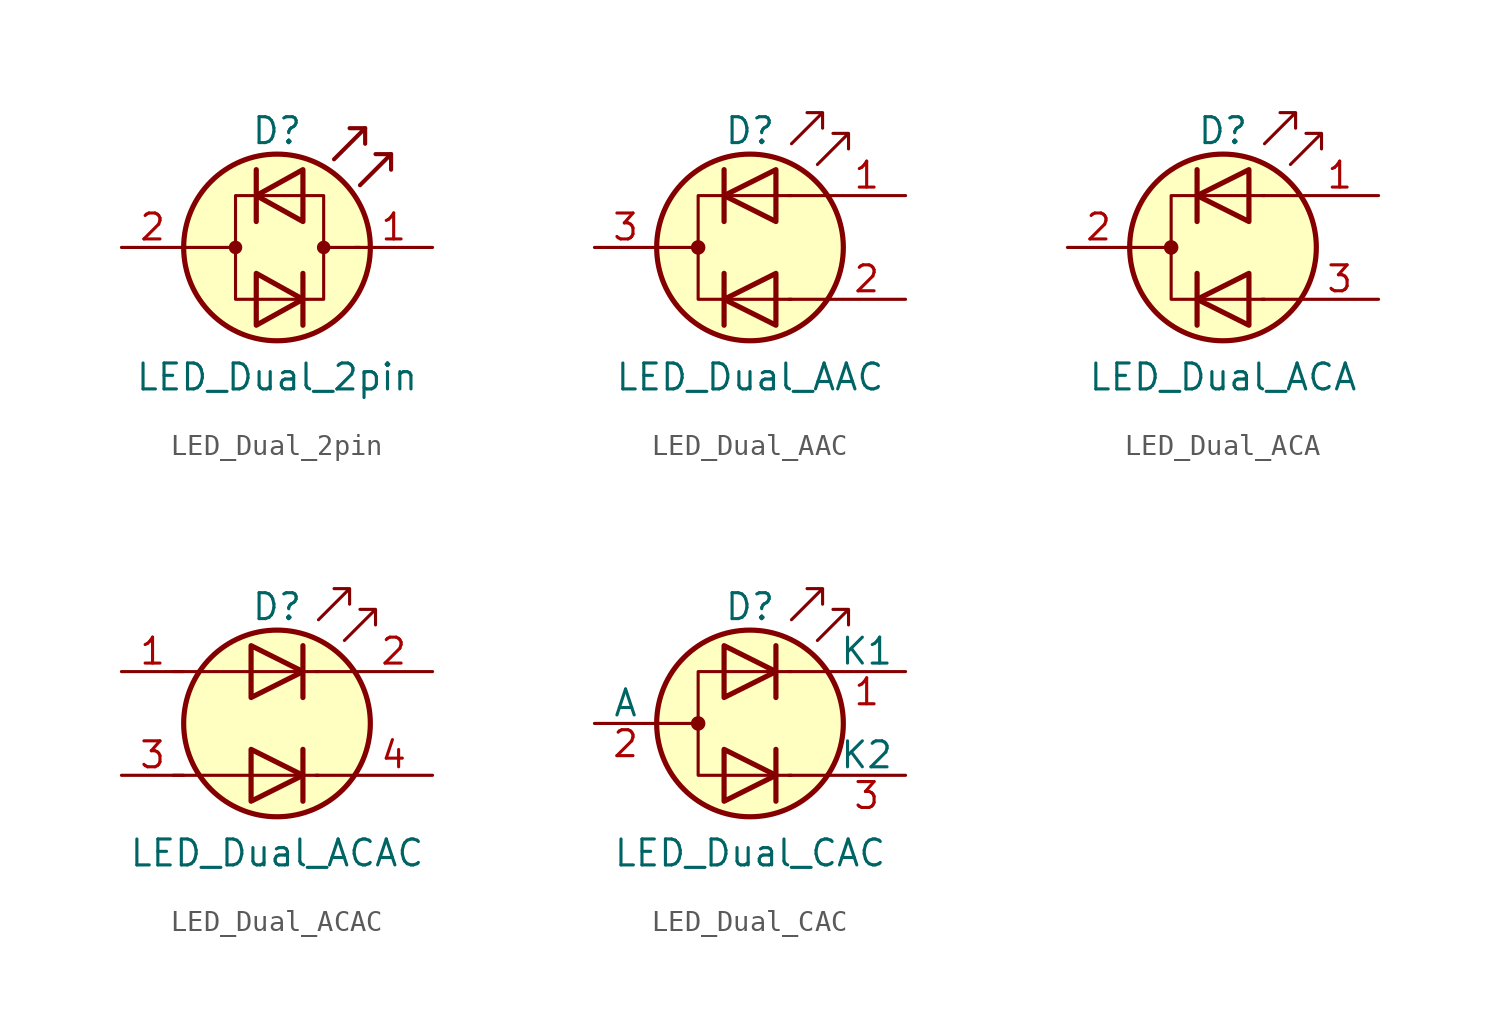
<source format=kicad_sym>
(kicad_symbol_lib
  (version 20211014)
  (generator kicad_symbol_editor)
  (symbol "LED_Dual_2pin"
    (pin_names
      (offset 0) hide)
    (property "Reference" "D"
      (at 0 5.715 0)
      (effects (font (size 1.27 1.27))))
    (property "Value" "LED_Dual_2pin"
      (at 0 -6.35 0)
      (effects (font (size 1.27 1.27))))
    (symbol "LED_Dual_2pin_0_1"
      (circle (center -2.032 0) (radius 0.254) (stroke (width 0) (type default) (color 0 0 0 0)) (fill (type outline)))
      (polyline (pts (xy -4.572 0) (xy -2.54 0)) (stroke (width 0) (type default) (color 0 0 0 0)) (fill (type none)))
      (polyline (pts (xy -2.032 0) (xy -2.54 0)) (stroke (width 0) (type default) (color 0 0 0 0)) (fill (type none)))
      (polyline (pts (xy -1.016 3.81) (xy -1.016 1.27)) (stroke (width 0.254) (type default) (color 0 0 0 0)) (fill (type none)))
      (polyline (pts (xy 1.27 -1.27) (xy 1.27 -3.81)) (stroke (width 0.254) (type default) (color 0 0 0 0)) (fill (type none)))
      (polyline (pts (xy 4.064 0) (xy 2.286 0)) (stroke (width 0) (type default) (color 0 0 0 0)) (fill (type outline)))
      (polyline (pts (xy 4.318 5.842) (xy 4.318 5.08)) (stroke (width 0.203) (type default) (color 0 0 0 0)) (fill (type none)))
      (polyline (pts (xy 5.588 4.572) (xy 5.588 3.81)) (stroke (width 0.203) (type default) (color 0 0 0 0)) (fill (type none)))
      (polyline (pts (xy 2.794 4.318) (xy 4.318 5.842) (xy 3.556 5.842)) (stroke (width 0.203) (type default) (color 0 0 0 0)) (fill (type none)))
      (polyline (pts (xy 4.064 3.048) (xy 5.588 4.572) (xy 4.826 4.572)) (stroke (width 0.203) (type default) (color 0 0 0 0)) (fill (type none)))
      (polyline (pts (xy -1.016 -1.27) (xy -1.016 -3.81) (xy 1.27 -2.54) (xy -1.016 -1.27)) (stroke (width 0.254) (type default) (color 0 0 0 0)) (fill (type none)))
      (polyline (pts (xy 1.27 3.81) (xy 1.27 1.27) (xy -1.016 2.54) (xy 1.27 3.81)) (stroke (width 0.254) (type default) (color 0 0 0 0)) (fill (type none)))
      (polyline (pts (xy 2.286 2.54) (xy -2.032 2.54) (xy -2.032 -2.54) (xy 2.286 -2.54) (xy 2.286 2.54)) (stroke (width 0) (type default) (color 0 0 0 0)) (fill (type none)))
      (circle (center 0 0) (radius 4.572) (stroke (width 0.254) (type default) (color 0 0 0 0)) (fill (type background)))
      (circle (center 2.286 0) (radius 0.254) (stroke (width 0) (type default) (color 0 0 0 0)) (fill (type outline))))
    (symbol "LED_Dual_2pin_1_1"
      (pin input line (at 7.62 0 180) (length 3.81) (name "KA" (effects (font (size 1.27 1.27)))) (number "1" (effects (font (size 1.27 1.27)))))
      (pin input line (at -7.62 0 0) (length 3.048) (name "AK" (effects (font (size 1.27 1.27)))) (number "2" (effects (font (size 1.27 1.27)))))))
  (symbol "LED_Dual_AAC"
    (pin_names
      (offset 0) hide)
    (property "Reference" "D"
      (at 0 5.715 0)
      (effects (font (size 1.27 1.27))))
    (property "Value" "LED_Dual_AAC"
      (at 0 -6.35 0)
      (effects (font (size 1.27 1.27))))
    (symbol "LED_Dual_AAC_0_1"
      (circle (center -2.54 0) (radius 0.279) (stroke (width 0) (type default) (color 0 0 0 0)) (fill (type outline)))
      (polyline (pts (xy -4.572 0) (xy -2.54 0)) (stroke (width 0) (type default) (color 0 0 0 0)) (fill (type none)))
      (polyline (pts (xy -1.27 -1.27) (xy -1.27 -3.81)) (stroke (width 0.254) (type default) (color 0 0 0 0)) (fill (type none)))
      (polyline (pts (xy -1.27 1.27) (xy -1.27 3.81)) (stroke (width 0.254) (type default) (color 0 0 0 0)) (fill (type none)))
      (polyline (pts (xy 3.81 -2.54) (xy 1.905 -2.54)) (stroke (width 0) (type default) (color 0 0 0 0)) (fill (type none)))
      (polyline (pts (xy 3.81 2.54) (xy 1.905 2.54)) (stroke (width 0) (type default) (color 0 0 0 0)) (fill (type none)))
      (polyline (pts (xy 1.27 -3.81) (xy 1.27 -1.27) (xy -1.27 -2.54) (xy 1.27 -3.81)) (stroke (width 0.254) (type default) (color 0 0 0 0)) (fill (type none)))
      (polyline (pts (xy 1.27 1.27) (xy 1.27 3.81) (xy -1.27 2.54) (xy 1.27 1.27)) (stroke (width 0.254) (type default) (color 0 0 0 0)) (fill (type none)))
      (polyline (pts (xy 2.032 2.54) (xy -2.54 2.54) (xy -2.54 -2.54) (xy 2.032 -2.54)) (stroke (width 0) (type default) (color 0 0 0 0)) (fill (type none)))
      (polyline (pts (xy 2.032 5.08) (xy 3.556 6.604) (xy 2.794 6.604) (xy 3.556 6.604) (xy 3.556 5.842)) (stroke (width 0) (type default) (color 0 0 0 0)) (fill (type none)))
      (polyline (pts (xy 3.302 4.064) (xy 4.826 5.588) (xy 4.064 5.588) (xy 4.826 5.588) (xy 4.826 4.826)) (stroke (width 0) (type default) (color 0 0 0 0)) (fill (type none)))
      (circle (center 0 0) (radius 4.572) (stroke (width 0.254) (type default) (color 0 0 0 0)) (fill (type background))))
    (symbol "LED_Dual_AAC_1_1"
      (pin input line (at 7.62 2.54 180) (length 3.81) (name "A1" (effects (font (size 1.27 1.27)))) (number "1" (effects (font (size 1.27 1.27)))))
      (pin input line (at 7.62 -2.54 180) (length 3.81) (name "A2" (effects (font (size 1.27 1.27)))) (number "2" (effects (font (size 1.27 1.27)))))
      (pin input line (at -7.62 0 0) (length 3.048) (name "K" (effects (font (size 1.27 1.27)))) (number "3" (effects (font (size 1.27 1.27)))))))
  (symbol "LED_Dual_ACA"
    (pin_names
      (offset 0) hide)
    (property "Reference" "D"
      (at 0 5.715 0)
      (effects (font (size 1.27 1.27))))
    (property "Value" "LED_Dual_ACA"
      (at 0 -6.35 0)
      (effects (font (size 1.27 1.27))))
    (symbol "LED_Dual_ACA_0_1"
      (circle (center -2.54 0) (radius 0.279) (stroke (width 0) (type default) (color 0 0 0 0)) (fill (type outline)))
      (polyline (pts (xy -4.572 0) (xy -2.54 0)) (stroke (width 0) (type default) (color 0 0 0 0)) (fill (type none)))
      (polyline (pts (xy -1.27 -1.27) (xy -1.27 -3.81)) (stroke (width 0.254) (type default) (color 0 0 0 0)) (fill (type none)))
      (polyline (pts (xy -1.27 1.27) (xy -1.27 3.81)) (stroke (width 0.254) (type default) (color 0 0 0 0)) (fill (type none)))
      (polyline (pts (xy 3.81 -2.54) (xy 1.905 -2.54)) (stroke (width 0) (type default) (color 0 0 0 0)) (fill (type none)))
      (polyline (pts (xy 3.81 2.54) (xy 1.905 2.54)) (stroke (width 0) (type default) (color 0 0 0 0)) (fill (type none)))
      (polyline (pts (xy 1.27 -3.81) (xy 1.27 -1.27) (xy -1.27 -2.54) (xy 1.27 -3.81)) (stroke (width 0.254) (type default) (color 0 0 0 0)) (fill (type none)))
      (polyline (pts (xy 1.27 1.27) (xy 1.27 3.81) (xy -1.27 2.54) (xy 1.27 1.27)) (stroke (width 0.254) (type default) (color 0 0 0 0)) (fill (type none)))
      (polyline (pts (xy 2.032 2.54) (xy -2.54 2.54) (xy -2.54 -2.54) (xy 2.032 -2.54)) (stroke (width 0) (type default) (color 0 0 0 0)) (fill (type none)))
      (polyline (pts (xy 2.032 5.08) (xy 3.556 6.604) (xy 2.794 6.604) (xy 3.556 6.604) (xy 3.556 5.842)) (stroke (width 0) (type default) (color 0 0 0 0)) (fill (type none)))
      (polyline (pts (xy 3.302 4.064) (xy 4.826 5.588) (xy 4.064 5.588) (xy 4.826 5.588) (xy 4.826 4.826)) (stroke (width 0) (type default) (color 0 0 0 0)) (fill (type none)))
      (circle (center 0 0) (radius 4.572) (stroke (width 0.254) (type default) (color 0 0 0 0)) (fill (type background))))
    (symbol "LED_Dual_ACA_1_1"
      (pin input line (at 7.62 2.54 180) (length 3.81) (name "A1" (effects (font (size 1.27 1.27)))) (number "1" (effects (font (size 1.27 1.27)))))
      (pin input line (at -7.62 0 0) (length 3.048) (name "K" (effects (font (size 1.27 1.27)))) (number "2" (effects (font (size 1.27 1.27)))))
      (pin input line (at 7.62 -2.54 180) (length 3.81) (name "A2" (effects (font (size 1.27 1.27)))) (number "3" (effects (font (size 1.27 1.27)))))))
  (symbol "LED_Dual_ACAC"
    (pin_names
      (offset 0) hide)
    (property "Reference" "D"
      (at 0 5.715 0)
      (effects (font (size 1.27 1.27))))
    (property "Value" "LED_Dual_ACAC"
      (at 0 -6.35 0)
      (effects (font (size 1.27 1.27))))
    (symbol "LED_Dual_ACAC_0_1"
      (polyline (pts (xy -5.08 -2.54) (xy 2.032 -2.54)) (stroke (width 0) (type default) (color 0 0 0 0)) (fill (type none)))
      (polyline (pts (xy -5.08 2.54) (xy 2.032 2.54)) (stroke (width 0) (type default) (color 0 0 0 0)) (fill (type none)))
      (polyline (pts (xy 1.27 -1.27) (xy 1.27 -3.81)) (stroke (width 0.254) (type default) (color 0 0 0 0)) (fill (type none)))
      (polyline (pts (xy 1.27 3.81) (xy 1.27 1.27)) (stroke (width 0.254) (type default) (color 0 0 0 0)) (fill (type none)))
      (polyline (pts (xy 3.81 -2.54) (xy 1.905 -2.54)) (stroke (width 0) (type default) (color 0 0 0 0)) (fill (type none)))
      (polyline (pts (xy 3.81 2.54) (xy 1.905 2.54)) (stroke (width 0) (type default) (color 0 0 0 0)) (fill (type none)))
      (polyline (pts (xy -1.27 -1.27) (xy -1.27 -3.81) (xy 1.27 -2.54) (xy -1.27 -1.27)) (stroke (width 0.254) (type default) (color 0 0 0 0)) (fill (type none)))
      (polyline (pts (xy -1.27 3.81) (xy -1.27 1.27) (xy 1.27 2.54) (xy -1.27 3.81)) (stroke (width 0.254) (type default) (color 0 0 0 0)) (fill (type none)))
      (polyline (pts (xy 2.032 5.08) (xy 3.556 6.604) (xy 2.794 6.604) (xy 3.556 6.604) (xy 3.556 5.842)) (stroke (width 0) (type default) (color 0 0 0 0)) (fill (type none)))
      (polyline (pts (xy 3.302 4.064) (xy 4.826 5.588) (xy 4.064 5.588) (xy 4.826 5.588) (xy 4.826 4.826)) (stroke (width 0) (type default) (color 0 0 0 0)) (fill (type none)))
      (circle (center 0 0) (radius 4.572) (stroke (width 0.254) (type default) (color 0 0 0 0)) (fill (type background))))
    (symbol "LED_Dual_ACAC_1_1"
      (pin input line (at -7.62 2.54 0) (length 3.048) (name "A1" (effects (font (size 1.27 1.27)))) (number "1" (effects (font (size 1.27 1.27)))))
      (pin input line (at 7.62 2.54 180) (length 3.81) (name "K1" (effects (font (size 1.27 1.27)))) (number "2" (effects (font (size 1.27 1.27)))))
      (pin input line (at -7.62 -2.54 0) (length 3.048) (name "A2" (effects (font (size 1.27 1.27)))) (number "3" (effects (font (size 1.27 1.27)))))
      (pin input line (at 7.62 -2.54 180) (length 3.81) (name "K2" (effects (font (size 1.27 1.27)))) (number "4" (effects (font (size 1.27 1.27)))))))
  (symbol "LED_Dual_CAC"
    (pin_names
      (offset 0))
    (property "Reference" "D"
      (at 0 5.715 0)
      (effects (font (size 1.27 1.27))))
    (property "Value" "LED_Dual_CAC"
      (at 0 -6.35 0)
      (effects (font (size 1.27 1.27))))
    (symbol "LED_Dual_CAC_0_1"
      (circle (center -2.54 0) (radius 0.279) (stroke (width 0) (type default) (color 0 0 0 0)) (fill (type outline)))
      (polyline (pts (xy -4.572 0) (xy -2.54 0)) (stroke (width 0) (type default) (color 0 0 0 0)) (fill (type none)))
      (polyline (pts (xy 1.27 -1.27) (xy 1.27 -3.81)) (stroke (width 0.254) (type default) (color 0 0 0 0)) (fill (type none)))
      (polyline (pts (xy 1.27 3.81) (xy 1.27 1.27)) (stroke (width 0.254) (type default) (color 0 0 0 0)) (fill (type none)))
      (polyline (pts (xy 3.81 -2.54) (xy 1.905 -2.54)) (stroke (width 0) (type default) (color 0 0 0 0)) (fill (type none)))
      (polyline (pts (xy 3.81 2.54) (xy 1.905 2.54)) (stroke (width 0) (type default) (color 0 0 0 0)) (fill (type none)))
      (polyline (pts (xy -1.27 -1.27) (xy -1.27 -3.81) (xy 1.27 -2.54) (xy -1.27 -1.27)) (stroke (width 0.254) (type default) (color 0 0 0 0)) (fill (type none)))
      (polyline (pts (xy -1.27 3.81) (xy -1.27 1.27) (xy 1.27 2.54) (xy -1.27 3.81)) (stroke (width 0.254) (type default) (color 0 0 0 0)) (fill (type none)))
      (polyline (pts (xy 2.032 2.54) (xy -2.54 2.54) (xy -2.54 -2.54) (xy 2.032 -2.54)) (stroke (width 0) (type default) (color 0 0 0 0)) (fill (type none)))
      (polyline (pts (xy 2.032 5.08) (xy 3.556 6.604) (xy 2.794 6.604) (xy 3.556 6.604) (xy 3.556 5.842)) (stroke (width 0) (type default) (color 0 0 0 0)) (fill (type none)))
      (polyline (pts (xy 3.302 4.064) (xy 4.826 5.588) (xy 4.064 5.588) (xy 4.826 5.588) (xy 4.826 4.826)) (stroke (width 0) (type default) (color 0 0 0 0)) (fill (type none)))
      (circle (center 0 0) (radius 4.572) (stroke (width 0.254) (type default) (color 0 0 0 0)) (fill (type background))))
    (symbol "LED_Dual_CAC_1_1"
      (pin input line (at 7.62 2.54 180) (length 3.81) (name "K1" (effects (font (size 1.27 1.27)))) (number "1" (effects (font (size 1.27 1.27)))))
      (pin input line (at -7.62 0 0) (length 3.048) (name "A" (effects (font (size 1.27 1.27)))) (number "2" (effects (font (size 1.27 1.27)))))
      (pin input line (at 7.62 -2.54 180) (length 3.81) (name "K2" (effects (font (size 1.27 1.27)))) (number "3" (effects (font (size 1.27 1.27))))))))
</source>
